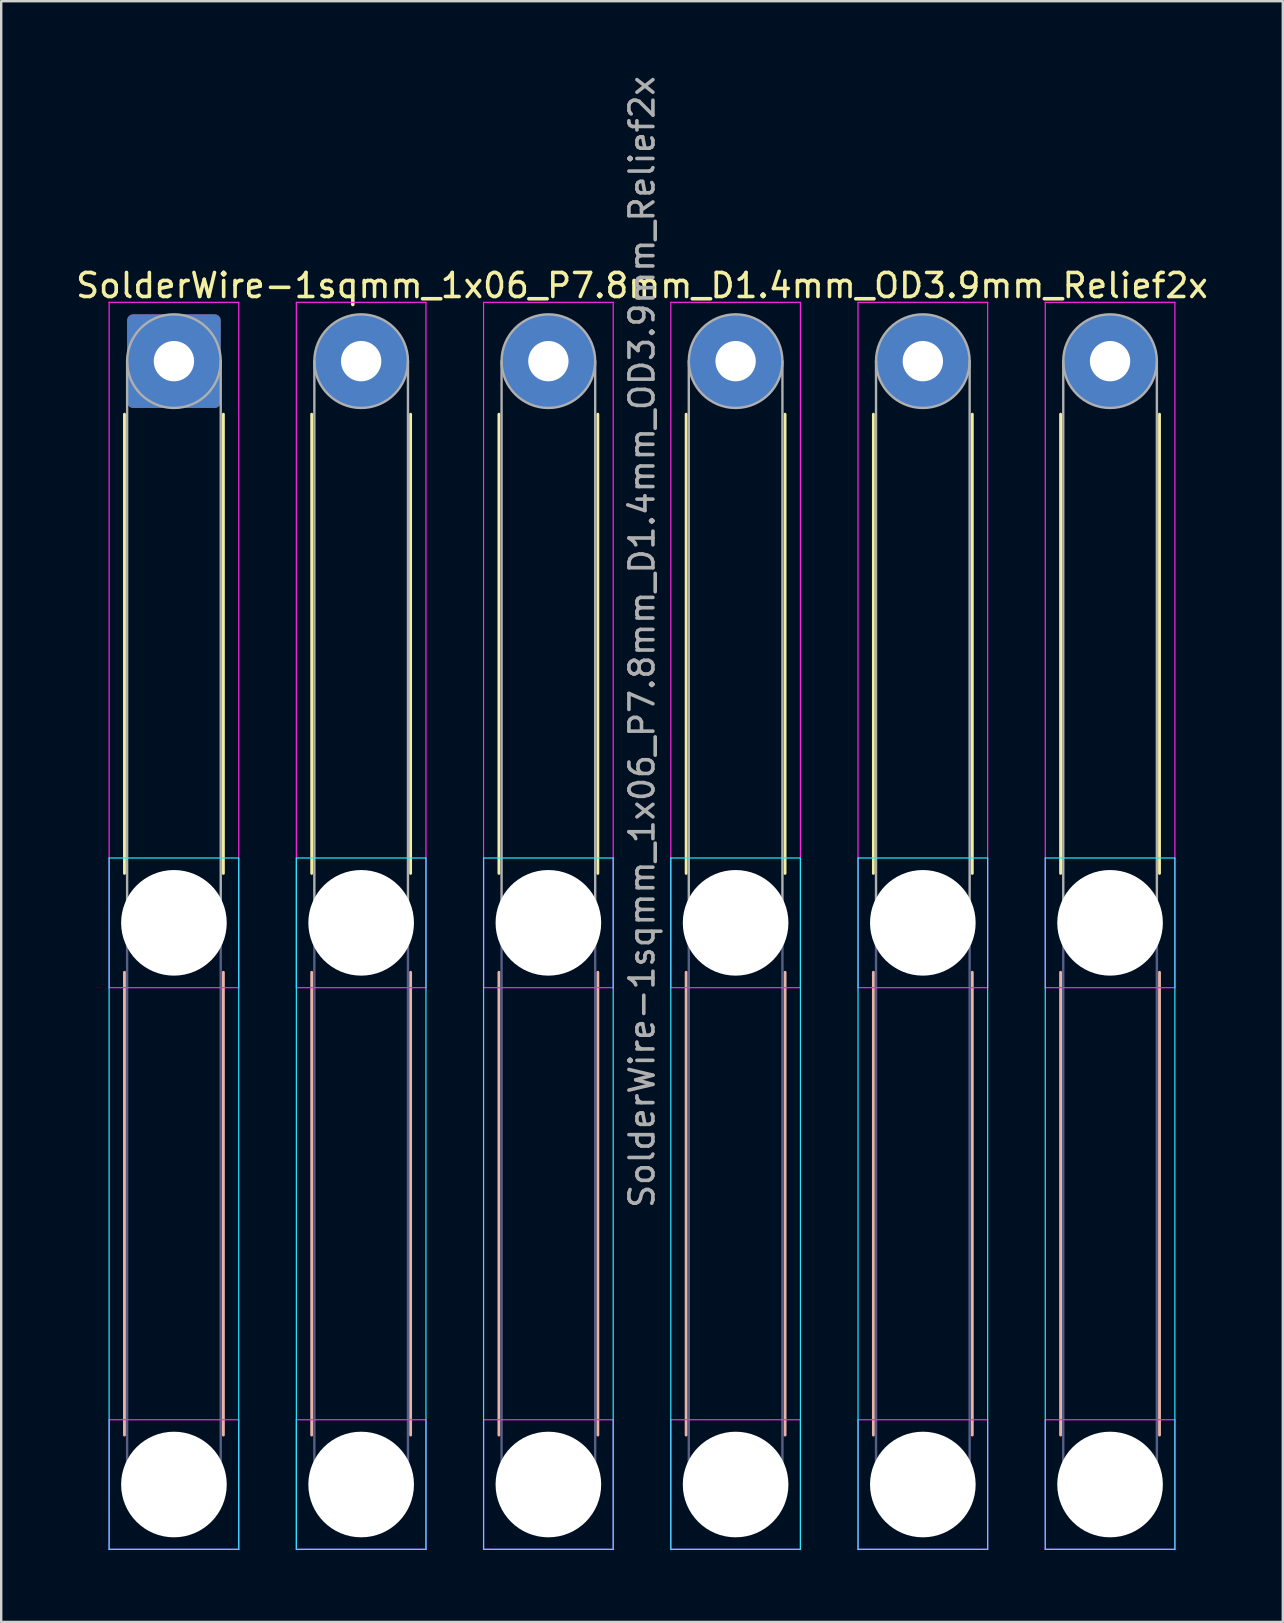
<source format=kicad_pcb>
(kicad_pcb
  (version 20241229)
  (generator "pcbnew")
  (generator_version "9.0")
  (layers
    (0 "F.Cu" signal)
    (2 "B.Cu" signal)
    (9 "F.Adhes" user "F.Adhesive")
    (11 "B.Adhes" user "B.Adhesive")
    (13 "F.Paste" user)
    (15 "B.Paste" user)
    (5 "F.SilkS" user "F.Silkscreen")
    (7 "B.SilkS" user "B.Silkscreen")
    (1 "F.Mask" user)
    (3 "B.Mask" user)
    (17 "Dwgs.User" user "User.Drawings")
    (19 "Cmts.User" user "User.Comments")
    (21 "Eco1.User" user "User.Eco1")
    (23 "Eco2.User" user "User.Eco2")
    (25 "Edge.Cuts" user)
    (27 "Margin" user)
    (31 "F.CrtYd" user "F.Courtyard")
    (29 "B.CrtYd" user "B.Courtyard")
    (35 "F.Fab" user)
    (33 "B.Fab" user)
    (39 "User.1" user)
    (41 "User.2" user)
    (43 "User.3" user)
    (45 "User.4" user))
  (footprint "SolderWire-1sqmm_1x06_P7.8mm_D1.4mm_OD3.9mm_Relief2x"
    (layer "F.Cu")
    (at 4.196 11.996)
    (property "Reference" "SolderWire-1sqmm_1x06_P7.8mm_D1.4mm_OD3.9mm_Relief2x" (at 19.5 -3.15 0) (layer "F.SilkS") (effects (font (size 1 1) (thickness 0.15))))
    (attr exclude_from_pos_files exclude_from_bom)
    (fp_line (start -2.06 2.21) (end -2.06 21.34) (stroke (width 0.12) (type solid)) (layer "F.SilkS"))
    (fp_line (start 2.06 2.21) (end 2.06 21.34) (stroke (width 0.12) (type solid)) (layer "F.SilkS"))
    (fp_line (start 5.74 2.21) (end 5.74 21.34) (stroke (width 0.12) (type solid)) (layer "F.SilkS"))
    (fp_line (start 9.86 2.21) (end 9.86 21.34) (stroke (width 0.12) (type solid)) (layer "F.SilkS"))
    (fp_line (start 13.54 2.21) (end 13.54 21.34) (stroke (width 0.12) (type solid)) (layer "F.SilkS"))
    (fp_line (start 17.66 2.21) (end 17.66 21.34) (stroke (width 0.12) (type solid)) (layer "F.SilkS"))
    (fp_line (start 21.34 2.21) (end 21.34 21.34) (stroke (width 0.12) (type solid)) (layer "F.SilkS"))
    (fp_line (start 25.46 2.21) (end 25.46 21.34) (stroke (width 0.12) (type solid)) (layer "F.SilkS"))
    (fp_line (start 29.14 2.21) (end 29.14 21.34) (stroke (width 0.12) (type solid)) (layer "F.SilkS"))
    (fp_line (start 33.26 2.21) (end 33.26 21.34) (stroke (width 0.12) (type solid)) (layer "F.SilkS"))
    (fp_line (start 36.94 2.21) (end 36.94 21.34) (stroke (width 0.12) (type solid)) (layer "F.SilkS"))
    (fp_line (start 41.06 2.21) (end 41.06 21.34) (stroke (width 0.12) (type solid)) (layer "F.SilkS"))
    (fp_line (start -2.06 25.46) (end -2.06 44.74) (stroke (width 0.12) (type solid)) (layer "B.SilkS"))
    (fp_line (start 2.06 25.46) (end 2.06 44.74) (stroke (width 0.12) (type solid)) (layer "B.SilkS"))
    (fp_line (start 5.74 25.46) (end 5.74 44.74) (stroke (width 0.12) (type solid)) (layer "B.SilkS"))
    (fp_line (start 9.86 25.46) (end 9.86 44.74) (stroke (width 0.12) (type solid)) (layer "B.SilkS"))
    (fp_line (start 13.54 25.46) (end 13.54 44.74) (stroke (width 0.12) (type solid)) (layer "B.SilkS"))
    (fp_line (start 17.66 25.46) (end 17.66 44.74) (stroke (width 0.12) (type solid)) (layer "B.SilkS"))
    (fp_line (start 21.34 25.46) (end 21.34 44.74) (stroke (width 0.12) (type solid)) (layer "B.SilkS"))
    (fp_line (start 25.46 25.46) (end 25.46 44.74) (stroke (width 0.12) (type solid)) (layer "B.SilkS"))
    (fp_line (start 29.14 25.46) (end 29.14 44.74) (stroke (width 0.12) (type solid)) (layer "B.SilkS"))
    (fp_line (start 33.26 25.46) (end 33.26 44.74) (stroke (width 0.12) (type solid)) (layer "B.SilkS"))
    (fp_line (start 36.94 25.46) (end 36.94 44.74) (stroke (width 0.12) (type solid)) (layer "B.SilkS"))
    (fp_line (start 41.06 25.46) (end 41.06 44.74) (stroke (width 0.12) (type solid)) (layer "B.SilkS"))
    (fp_line (start -2.7 20.7) (end -2.7 49.5) (stroke (width 0.05) (type solid)) (layer "B.CrtYd"))
    (fp_line (start -2.7 49.5) (end 2.7 49.5) (stroke (width 0.05) (type solid)) (layer "B.CrtYd"))
    (fp_line (start 2.7 20.7) (end -2.7 20.7) (stroke (width 0.05) (type solid)) (layer "B.CrtYd"))
    (fp_line (start 2.7 49.5) (end 2.7 20.7) (stroke (width 0.05) (type solid)) (layer "B.CrtYd"))
    (fp_line (start 5.1 20.7) (end 5.1 49.5) (stroke (width 0.05) (type solid)) (layer "B.CrtYd"))
    (fp_line (start 5.1 49.5) (end 10.5 49.5) (stroke (width 0.05) (type solid)) (layer "B.CrtYd"))
    (fp_line (start 10.5 20.7) (end 5.1 20.7) (stroke (width 0.05) (type solid)) (layer "B.CrtYd"))
    (fp_line (start 10.5 49.5) (end 10.5 20.7) (stroke (width 0.05) (type solid)) (layer "B.CrtYd"))
    (fp_line (start 12.9 20.7) (end 12.9 49.5) (stroke (width 0.05) (type solid)) (layer "B.CrtYd"))
    (fp_line (start 12.9 49.5) (end 18.3 49.5) (stroke (width 0.05) (type solid)) (layer "B.CrtYd"))
    (fp_line (start 18.3 20.7) (end 12.9 20.7) (stroke (width 0.05) (type solid)) (layer "B.CrtYd"))
    (fp_line (start 18.3 49.5) (end 18.3 20.7) (stroke (width 0.05) (type solid)) (layer "B.CrtYd"))
    (fp_line (start 20.7 20.7) (end 20.7 49.5) (stroke (width 0.05) (type solid)) (layer "B.CrtYd"))
    (fp_line (start 20.7 49.5) (end 26.1 49.5) (stroke (width 0.05) (type solid)) (layer "B.CrtYd"))
    (fp_line (start 26.1 20.7) (end 20.7 20.7) (stroke (width 0.05) (type solid)) (layer "B.CrtYd"))
    (fp_line (start 26.1 49.5) (end 26.1 20.7) (stroke (width 0.05) (type solid)) (layer "B.CrtYd"))
    (fp_line (start 28.5 20.7) (end 28.5 49.5) (stroke (width 0.05) (type solid)) (layer "B.CrtYd"))
    (fp_line (start 28.5 49.5) (end 33.9 49.5) (stroke (width 0.05) (type solid)) (layer "B.CrtYd"))
    (fp_line (start 33.9 20.7) (end 28.5 20.7) (stroke (width 0.05) (type solid)) (layer "B.CrtYd"))
    (fp_line (start 33.9 49.5) (end 33.9 20.7) (stroke (width 0.05) (type solid)) (layer "B.CrtYd"))
    (fp_line (start 36.3 20.7) (end 36.3 49.5) (stroke (width 0.05) (type solid)) (layer "B.CrtYd"))
    (fp_line (start 36.3 49.5) (end 41.7 49.5) (stroke (width 0.05) (type solid)) (layer "B.CrtYd"))
    (fp_line (start 41.7 20.7) (end 36.3 20.7) (stroke (width 0.05) (type solid)) (layer "B.CrtYd"))
    (fp_line (start 41.7 49.5) (end 41.7 20.7) (stroke (width 0.05) (type solid)) (layer "B.CrtYd"))
    (fp_line (start -2.7 -2.45) (end -2.7 26.1) (stroke (width 0.05) (type solid)) (layer "F.CrtYd"))
    (fp_line (start -2.7 26.1) (end 2.7 26.1) (stroke (width 0.05) (type solid)) (layer "F.CrtYd"))
    (fp_line (start -2.7 44.1) (end -2.7 49.5) (stroke (width 0.05) (type solid)) (layer "F.CrtYd"))
    (fp_line (start -2.7 49.5) (end 2.7 49.5) (stroke (width 0.05) (type solid)) (layer "F.CrtYd"))
    (fp_line (start 2.7 -2.45) (end -2.7 -2.45) (stroke (width 0.05) (type solid)) (layer "F.CrtYd"))
    (fp_line (start 2.7 26.1) (end 2.7 -2.45) (stroke (width 0.05) (type solid)) (layer "F.CrtYd"))
    (fp_line (start 2.7 44.1) (end -2.7 44.1) (stroke (width 0.05) (type solid)) (layer "F.CrtYd"))
    (fp_line (start 2.7 49.5) (end 2.7 44.1) (stroke (width 0.05) (type solid)) (layer "F.CrtYd"))
    (fp_line (start 5.1 -2.45) (end 5.1 26.1) (stroke (width 0.05) (type solid)) (layer "F.CrtYd"))
    (fp_line (start 5.1 26.1) (end 10.5 26.1) (stroke (width 0.05) (type solid)) (layer "F.CrtYd"))
    (fp_line (start 5.1 44.1) (end 5.1 49.5) (stroke (width 0.05) (type solid)) (layer "F.CrtYd"))
    (fp_line (start 5.1 49.5) (end 10.5 49.5) (stroke (width 0.05) (type solid)) (layer "F.CrtYd"))
    (fp_line (start 10.5 -2.45) (end 5.1 -2.45) (stroke (width 0.05) (type solid)) (layer "F.CrtYd"))
    (fp_line (start 10.5 26.1) (end 10.5 -2.45) (stroke (width 0.05) (type solid)) (layer "F.CrtYd"))
    (fp_line (start 10.5 44.1) (end 5.1 44.1) (stroke (width 0.05) (type solid)) (layer "F.CrtYd"))
    (fp_line (start 10.5 49.5) (end 10.5 44.1) (stroke (width 0.05) (type solid)) (layer "F.CrtYd"))
    (fp_line (start 12.9 -2.45) (end 12.9 26.1) (stroke (width 0.05) (type solid)) (layer "F.CrtYd"))
    (fp_line (start 12.9 26.1) (end 18.3 26.1) (stroke (width 0.05) (type solid)) (layer "F.CrtYd"))
    (fp_line (start 12.9 44.1) (end 12.9 49.5) (stroke (width 0.05) (type solid)) (layer "F.CrtYd"))
    (fp_line (start 12.9 49.5) (end 18.3 49.5) (stroke (width 0.05) (type solid)) (layer "F.CrtYd"))
    (fp_line (start 18.3 -2.45) (end 12.9 -2.45) (stroke (width 0.05) (type solid)) (layer "F.CrtYd"))
    (fp_line (start 18.3 26.1) (end 18.3 -2.45) (stroke (width 0.05) (type solid)) (layer "F.CrtYd"))
    (fp_line (start 18.3 44.1) (end 12.9 44.1) (stroke (width 0.05) (type solid)) (layer "F.CrtYd"))
    (fp_line (start 18.3 49.5) (end 18.3 44.1) (stroke (width 0.05) (type solid)) (layer "F.CrtYd"))
    (fp_line (start 20.7 -2.45) (end 20.7 26.1) (stroke (width 0.05) (type solid)) (layer "F.CrtYd"))
    (fp_line (start 20.7 26.1) (end 26.1 26.1) (stroke (width 0.05) (type solid)) (layer "F.CrtYd"))
    (fp_line (start 20.7 44.1) (end 20.7 49.5) (stroke (width 0.05) (type solid)) (layer "F.CrtYd"))
    (fp_line (start 20.7 49.5) (end 26.1 49.5) (stroke (width 0.05) (type solid)) (layer "F.CrtYd"))
    (fp_line (start 26.1 -2.45) (end 20.7 -2.45) (stroke (width 0.05) (type solid)) (layer "F.CrtYd"))
    (fp_line (start 26.1 26.1) (end 26.1 -2.45) (stroke (width 0.05) (type solid)) (layer "F.CrtYd"))
    (fp_line (start 26.1 44.1) (end 20.7 44.1) (stroke (width 0.05) (type solid)) (layer "F.CrtYd"))
    (fp_line (start 26.1 49.5) (end 26.1 44.1) (stroke (width 0.05) (type solid)) (layer "F.CrtYd"))
    (fp_line (start 28.5 -2.45) (end 28.5 26.1) (stroke (width 0.05) (type solid)) (layer "F.CrtYd"))
    (fp_line (start 28.5 26.1) (end 33.9 26.1) (stroke (width 0.05) (type solid)) (layer "F.CrtYd"))
    (fp_line (start 28.5 44.1) (end 28.5 49.5) (stroke (width 0.05) (type solid)) (layer "F.CrtYd"))
    (fp_line (start 28.5 49.5) (end 33.9 49.5) (stroke (width 0.05) (type solid)) (layer "F.CrtYd"))
    (fp_line (start 33.9 -2.45) (end 28.5 -2.45) (stroke (width 0.05) (type solid)) (layer "F.CrtYd"))
    (fp_line (start 33.9 26.1) (end 33.9 -2.45) (stroke (width 0.05) (type solid)) (layer "F.CrtYd"))
    (fp_line (start 33.9 44.1) (end 28.5 44.1) (stroke (width 0.05) (type solid)) (layer "F.CrtYd"))
    (fp_line (start 33.9 49.5) (end 33.9 44.1) (stroke (width 0.05) (type solid)) (layer "F.CrtYd"))
    (fp_line (start 36.3 -2.45) (end 36.3 26.1) (stroke (width 0.05) (type solid)) (layer "F.CrtYd"))
    (fp_line (start 36.3 26.1) (end 41.7 26.1) (stroke (width 0.05) (type solid)) (layer "F.CrtYd"))
    (fp_line (start 36.3 44.1) (end 36.3 49.5) (stroke (width 0.05) (type solid)) (layer "F.CrtYd"))
    (fp_line (start 36.3 49.5) (end 41.7 49.5) (stroke (width 0.05) (type solid)) (layer "F.CrtYd"))
    (fp_line (start 41.7 -2.45) (end 36.3 -2.45) (stroke (width 0.05) (type solid)) (layer "F.CrtYd"))
    (fp_line (start 41.7 26.1) (end 41.7 -2.45) (stroke (width 0.05) (type solid)) (layer "F.CrtYd"))
    (fp_line (start 41.7 44.1) (end 36.3 44.1) (stroke (width 0.05) (type solid)) (layer "F.CrtYd"))
    (fp_line (start 41.7 49.5) (end 41.7 44.1) (stroke (width 0.05) (type solid)) (layer "F.CrtYd"))
    (fp_line (start -1.95 23.4) (end -1.95 46.8) (stroke (width 0.1) (type solid)) (layer "B.Fab"))
    (fp_line (start 1.95 23.4) (end 1.95 46.8) (stroke (width 0.1) (type solid)) (layer "B.Fab"))
    (fp_line (start 5.85 23.4) (end 5.85 46.8) (stroke (width 0.1) (type solid)) (layer "B.Fab"))
    (fp_line (start 9.75 23.4) (end 9.75 46.8) (stroke (width 0.1) (type solid)) (layer "B.Fab"))
    (fp_line (start 13.65 23.4) (end 13.65 46.8) (stroke (width 0.1) (type solid)) (layer "B.Fab"))
    (fp_line (start 17.55 23.4) (end 17.55 46.8) (stroke (width 0.1) (type solid)) (layer "B.Fab"))
    (fp_line (start 21.45 23.4) (end 21.45 46.8) (stroke (width 0.1) (type solid)) (layer "B.Fab"))
    (fp_line (start 25.35 23.4) (end 25.35 46.8) (stroke (width 0.1) (type solid)) (layer "B.Fab"))
    (fp_line (start 29.25 23.4) (end 29.25 46.8) (stroke (width 0.1) (type solid)) (layer "B.Fab"))
    (fp_line (start 33.15 23.4) (end 33.15 46.8) (stroke (width 0.1) (type solid)) (layer "B.Fab"))
    (fp_line (start 37.05 23.4) (end 37.05 46.8) (stroke (width 0.1) (type solid)) (layer "B.Fab"))
    (fp_line (start 40.95 23.4) (end 40.95 46.8) (stroke (width 0.1) (type solid)) (layer "B.Fab"))
    (fp_circle (center 0 23.4) (end 1.95 23.4) (stroke (width 0.1) (type solid)) (fill no) (layer "B.Fab"))
    (fp_circle (center 0 46.8) (end 1.95 46.8) (stroke (width 0.1) (type solid)) (fill no) (layer "B.Fab"))
    (fp_circle (center 7.8 23.4) (end 9.75 23.4) (stroke (width 0.1) (type solid)) (fill no) (layer "B.Fab"))
    (fp_circle (center 7.8 46.8) (end 9.75 46.8) (stroke (width 0.1) (type solid)) (fill no) (layer "B.Fab"))
    (fp_circle (center 15.6 23.4) (end 17.55 23.4) (stroke (width 0.1) (type solid)) (fill no) (layer "B.Fab"))
    (fp_circle (center 15.6 46.8) (end 17.55 46.8) (stroke (width 0.1) (type solid)) (fill no) (layer "B.Fab"))
    (fp_circle (center 23.4 23.4) (end 25.35 23.4) (stroke (width 0.1) (type solid)) (fill no) (layer "B.Fab"))
    (fp_circle (center 23.4 46.8) (end 25.35 46.8) (stroke (width 0.1) (type solid)) (fill no) (layer "B.Fab"))
    (fp_circle (center 31.2 23.4) (end 33.15 23.4) (stroke (width 0.1) (type solid)) (fill no) (layer "B.Fab"))
    (fp_circle (center 31.2 46.8) (end 33.15 46.8) (stroke (width 0.1) (type solid)) (fill no) (layer "B.Fab"))
    (fp_circle (center 39 23.4) (end 40.95 23.4) (stroke (width 0.1) (type solid)) (fill no) (layer "B.Fab"))
    (fp_circle (center 39 46.8) (end 40.95 46.8) (stroke (width 0.1) (type solid)) (fill no) (layer "B.Fab"))
    (fp_line (start -1.95 0) (end -1.95 23.4) (stroke (width 0.1) (type solid)) (layer "F.Fab"))
    (fp_line (start 1.95 0) (end 1.95 23.4) (stroke (width 0.1) (type solid)) (layer "F.Fab"))
    (fp_line (start 5.85 0) (end 5.85 23.4) (stroke (width 0.1) (type solid)) (layer "F.Fab"))
    (fp_line (start 9.75 0) (end 9.75 23.4) (stroke (width 0.1) (type solid)) (layer "F.Fab"))
    (fp_line (start 13.65 0) (end 13.65 23.4) (stroke (width 0.1) (type solid)) (layer "F.Fab"))
    (fp_line (start 17.55 0) (end 17.55 23.4) (stroke (width 0.1) (type solid)) (layer "F.Fab"))
    (fp_line (start 21.45 0) (end 21.45 23.4) (stroke (width 0.1) (type solid)) (layer "F.Fab"))
    (fp_line (start 25.35 0) (end 25.35 23.4) (stroke (width 0.1) (type solid)) (layer "F.Fab"))
    (fp_line (start 29.25 0) (end 29.25 23.4) (stroke (width 0.1) (type solid)) (layer "F.Fab"))
    (fp_line (start 33.15 0) (end 33.15 23.4) (stroke (width 0.1) (type solid)) (layer "F.Fab"))
    (fp_line (start 37.05 0) (end 37.05 23.4) (stroke (width 0.1) (type solid)) (layer "F.Fab"))
    (fp_line (start 40.95 0) (end 40.95 23.4) (stroke (width 0.1) (type solid)) (layer "F.Fab"))
    (fp_circle (center 0 0) (end 1.95 0) (stroke (width 0.1) (type solid)) (fill no) (layer "F.Fab"))
    (fp_circle (center 0 23.4) (end 1.95 23.4) (stroke (width 0.1) (type solid)) (fill no) (layer "F.Fab"))
    (fp_circle (center 0 46.8) (end 1.95 46.8) (stroke (width 0.1) (type solid)) (fill no) (layer "F.Fab"))
    (fp_circle (center 7.8 0) (end 9.75 0) (stroke (width 0.1) (type solid)) (fill no) (layer "F.Fab"))
    (fp_circle (center 7.8 23.4) (end 9.75 23.4) (stroke (width 0.1) (type solid)) (fill no) (layer "F.Fab"))
    (fp_circle (center 7.8 46.8) (end 9.75 46.8) (stroke (width 0.1) (type solid)) (fill no) (layer "F.Fab"))
    (fp_circle (center 15.6 0) (end 17.55 0) (stroke (width 0.1) (type solid)) (fill no) (layer "F.Fab"))
    (fp_circle (center 15.6 23.4) (end 17.55 23.4) (stroke (width 0.1) (type solid)) (fill no) (layer "F.Fab"))
    (fp_circle (center 15.6 46.8) (end 17.55 46.8) (stroke (width 0.1) (type solid)) (fill no) (layer "F.Fab"))
    (fp_circle (center 23.4 0) (end 25.35 0) (stroke (width 0.1) (type solid)) (fill no) (layer "F.Fab"))
    (fp_circle (center 23.4 23.4) (end 25.35 23.4) (stroke (width 0.1) (type solid)) (fill no) (layer "F.Fab"))
    (fp_circle (center 23.4 46.8) (end 25.35 46.8) (stroke (width 0.1) (type solid)) (fill no) (layer "F.Fab"))
    (fp_circle (center 31.2 0) (end 33.15 0) (stroke (width 0.1) (type solid)) (fill no) (layer "F.Fab"))
    (fp_circle (center 31.2 23.4) (end 33.15 23.4) (stroke (width 0.1) (type solid)) (fill no) (layer "F.Fab"))
    (fp_circle (center 31.2 46.8) (end 33.15 46.8) (stroke (width 0.1) (type solid)) (fill no) (layer "F.Fab"))
    (fp_circle (center 39 0) (end 40.95 0) (stroke (width 0.1) (type solid)) (fill no) (layer "F.Fab"))
    (fp_circle (center 39 23.4) (end 40.95 23.4) (stroke (width 0.1) (type solid)) (fill no) (layer "F.Fab"))
    (fp_circle (center 39 46.8) (end 40.95 46.8) (stroke (width 0.1) (type solid)) (fill no) (layer "F.Fab"))
    (fp_text user "${REFERENCE}" (at 19.5 11.7 90) (layer "F.Fab") (effects (font (size 1 1) (thickness 0.15))))
    (pad "" np_thru_hole circle (at 0 23.4) (size 4.4 4.4) (drill 4.4) (layers "*.Cu" "*.Mask"))
    (pad "" np_thru_hole circle (at 0 46.8) (size 4.4 4.4) (drill 4.4) (layers "*.Cu" "*.Mask"))
    (pad "" np_thru_hole circle (at 7.8 23.4) (size 4.4 4.4) (drill 4.4) (layers "*.Cu" "*.Mask"))
    (pad "" np_thru_hole circle (at 7.8 46.8) (size 4.4 4.4) (drill 4.4) (layers "*.Cu" "*.Mask"))
    (pad "" np_thru_hole circle (at 15.6 23.4) (size 4.4 4.4) (drill 4.4) (layers "*.Cu" "*.Mask"))
    (pad "" np_thru_hole circle (at 15.6 46.8) (size 4.4 4.4) (drill 4.4) (layers "*.Cu" "*.Mask"))
    (pad "" np_thru_hole circle (at 23.4 23.4) (size 4.4 4.4) (drill 4.4) (layers "*.Cu" "*.Mask"))
    (pad "" np_thru_hole circle (at 23.4 46.8) (size 4.4 4.4) (drill 4.4) (layers "*.Cu" "*.Mask"))
    (pad "" np_thru_hole circle (at 31.2 23.4) (size 4.4 4.4) (drill 4.4) (layers "*.Cu" "*.Mask"))
    (pad "" np_thru_hole circle (at 31.2 46.8) (size 4.4 4.4) (drill 4.4) (layers "*.Cu" "*.Mask"))
    (pad "" np_thru_hole circle (at 39 23.4) (size 4.4 4.4) (drill 4.4) (layers "*.Cu" "*.Mask"))
    (pad "" np_thru_hole circle (at 39 46.8) (size 4.4 4.4) (drill 4.4) (layers "*.Cu" "*.Mask"))
    (pad "1" thru_hole roundrect (at 0 0) (size 3.9 3.9) (drill 1.68) (layers "*.Cu" "*.Mask") (roundrect_rratio 0.064))
    (pad "2" thru_hole circle (at 7.8 0) (size 3.9 3.9) (drill 1.68) (layers "*.Cu" "*.Mask"))
    (pad "3" thru_hole circle (at 15.6 0) (size 3.9 3.9) (drill 1.68) (layers "*.Cu" "*.Mask"))
    (pad "4" thru_hole circle (at 23.4 0) (size 3.9 3.9) (drill 1.68) (layers "*.Cu" "*.Mask"))
    (pad "5" thru_hole circle (at 31.2 0) (size 3.9 3.9) (drill 1.68) (layers "*.Cu" "*.Mask"))
    (pad "6" thru_hole circle (at 39 0) (size 3.9 3.9) (drill 1.68) (layers "*.Cu" "*.Mask")))
  (gr_rect
    (start -3 -3)
    (end 50.393 64.521)
    (stroke (width 0.1) (type default))
    (fill no)
    (layer "Edge.Cuts")))
</source>
